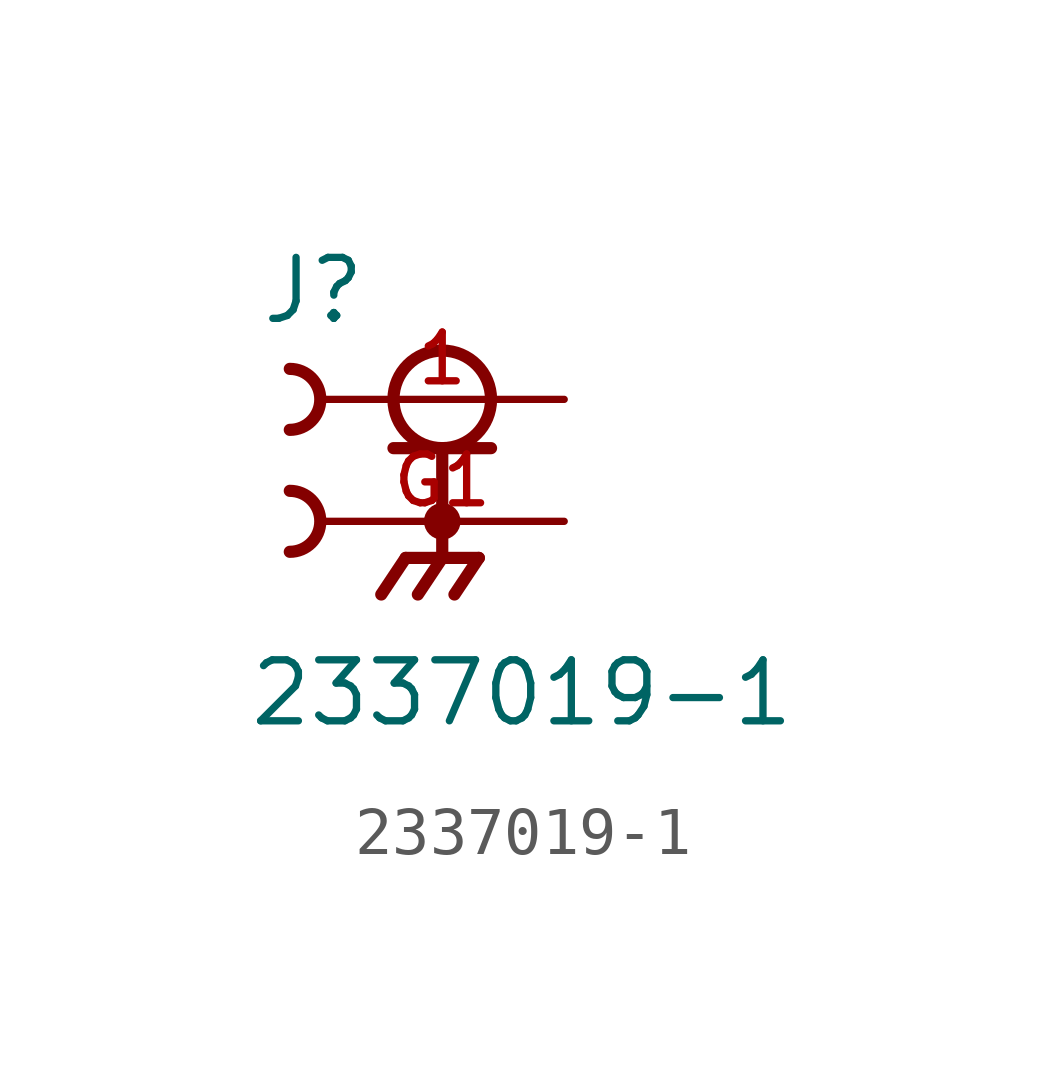
<source format=kicad_sym>
(kicad_symbol_lib
  (version 20211014)
  (generator kicad_symbol_editor)
  (symbol "2337019-1"
    (pin_names
      (offset 1.016))
    (property "Reference" "J"
      (at -3.81 1.524 0)
      (effects (font (size 1.27 1.27)) (justify bottom left)))
    (property "Value" "2337019-1"
      (at -4.064 -6.858 0)
      (effects (font (size 1.27 1.27)) (justify bottom left)))
    (symbol "2337019-1_0_0"
      (circle (center 0.0 0.0) (radius 1.016) (stroke (width 0.254)) (fill (type none)))
      (polyline (pts (xy -1.016 -1.016) (xy 0.0 -1.016)) (stroke (width 0.254)))
      (polyline (pts (xy 0.0 -1.016) (xy 1.016 -1.016)) (stroke (width 0.254)))
      (polyline (pts (xy 0.0 -1.016) (xy 0.0 -3.302)) (stroke (width 0.254)))
      (circle (center 0.0 -2.54) (radius 0.254) (stroke (width 0.254)) (fill (type none)))
      (polyline (pts (xy 0.0 -3.302) (xy -0.762 -3.302)) (stroke (width 0.254)))
      (polyline (pts (xy 0.0 -3.302) (xy 0.762 -3.302)) (stroke (width 0.254)))
      (polyline (pts (xy -0.762 -3.302) (xy -1.27 -4.064)) (stroke (width 0.254)))
      (polyline (pts (xy 0.0 -3.302) (xy -0.508 -4.064)) (stroke (width 0.254)))
      (polyline (pts (xy 0.762 -3.302) (xy 0.254 -4.064)) (stroke (width 0.254)))
      (arc (start -3.175 0.635) (mid -2.54 -0.0) (end -3.175 -0.635) (stroke (width 0.254) (type default) (color 0 0 0 0)) (fill (type none)))
      (arc (start -3.175 -1.905) (mid -2.54 -2.54) (end -3.175 -3.175) (stroke (width 0.254) (type default) (color 0 0 0 0)) (fill (type none)))
      (pin passive line (at 2.54 0.0 180.0) (length 5.08) (name "~" (effects (font (size 1.016 1.016)))) (number "1" (effects (font (size 1.016 1.016)))))
      (pin power_in line (at 2.54 -2.54 180.0) (length 5.08) (name "~" (effects (font (size 1.016 1.016)))) (number "G1" (effects (font (size 1.016 1.016))))))))
</source>
